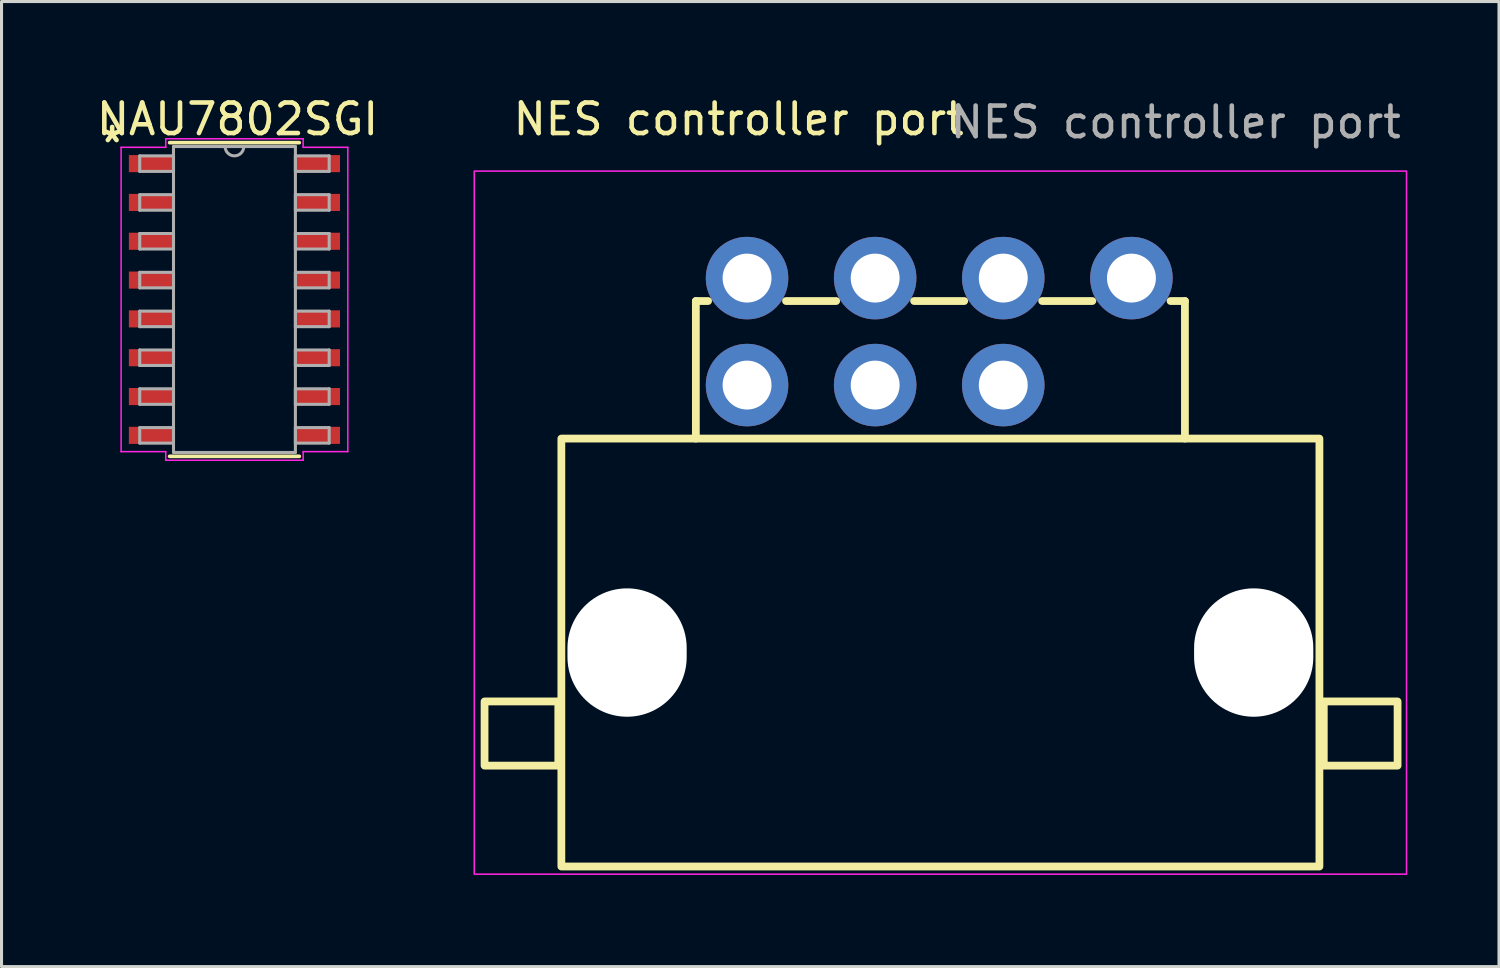
<source format=kicad_pcb>
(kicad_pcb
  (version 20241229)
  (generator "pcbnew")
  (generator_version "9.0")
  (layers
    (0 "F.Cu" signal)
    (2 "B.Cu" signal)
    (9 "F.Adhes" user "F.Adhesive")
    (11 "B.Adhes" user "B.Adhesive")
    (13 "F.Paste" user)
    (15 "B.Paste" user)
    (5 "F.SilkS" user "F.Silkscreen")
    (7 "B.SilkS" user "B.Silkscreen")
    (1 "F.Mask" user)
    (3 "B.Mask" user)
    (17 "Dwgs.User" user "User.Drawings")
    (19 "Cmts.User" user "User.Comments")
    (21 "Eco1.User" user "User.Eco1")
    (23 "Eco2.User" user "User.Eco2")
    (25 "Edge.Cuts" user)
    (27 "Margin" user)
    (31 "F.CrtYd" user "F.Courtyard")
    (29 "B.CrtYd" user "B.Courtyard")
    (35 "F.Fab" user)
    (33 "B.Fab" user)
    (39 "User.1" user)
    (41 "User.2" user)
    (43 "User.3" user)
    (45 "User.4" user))
  (footprint "NAU7802SGI"
    (layer "F.Cu")
    (at 4.62 6.748)
    (property "Reference" "NAU7802SGI" (at 0.1 -5.9 0) (layer "F.SilkS") (effects (font (size 1 1) (thickness 0.15))))
    (attr smd)
    (fp_line (start -2.121 5.131) (end 2.121 5.131) (stroke (width 0.12) (type solid)) (layer "F.SilkS"))
    (fp_line (start 2.121 -5.131) (end -2.121 -5.131) (stroke (width 0.12) (type solid)) (layer "F.SilkS"))
    (fp_line (start -3.708 -4.978) (end -2.248 -4.978) (stroke (width 0.05) (type solid)) (layer "F.CrtYd"))
    (fp_line (start -3.708 4.978) (end -3.708 -4.978) (stroke (width 0.05) (type solid)) (layer "F.CrtYd"))
    (fp_line (start -3.708 4.978) (end -2.248 4.978) (stroke (width 0.05) (type solid)) (layer "F.CrtYd"))
    (fp_line (start -2.248 -5.258) (end 2.248 -5.258) (stroke (width 0.05) (type solid)) (layer "F.CrtYd"))
    (fp_line (start -2.248 -4.978) (end -2.248 -5.258) (stroke (width 0.05) (type solid)) (layer "F.CrtYd"))
    (fp_line (start -2.248 5.258) (end -2.248 4.978) (stroke (width 0.05) (type solid)) (layer "F.CrtYd"))
    (fp_line (start 2.248 -5.258) (end 2.248 -4.978) (stroke (width 0.05) (type solid)) (layer "F.CrtYd"))
    (fp_line (start 2.248 4.978) (end 2.248 5.258) (stroke (width 0.05) (type solid)) (layer "F.CrtYd"))
    (fp_line (start 2.248 5.258) (end -2.248 5.258) (stroke (width 0.05) (type solid)) (layer "F.CrtYd"))
    (fp_line (start 3.708 -4.978) (end 2.248 -4.978) (stroke (width 0.05) (type solid)) (layer "F.CrtYd"))
    (fp_line (start 3.708 -4.978) (end 3.708 4.978) (stroke (width 0.05) (type solid)) (layer "F.CrtYd"))
    (fp_line (start 3.708 4.978) (end 2.248 4.978) (stroke (width 0.05) (type solid)) (layer "F.CrtYd"))
    (fp_line (start -3.099 -4.699) (end -3.099 -4.191) (stroke (width 0.1) (type solid)) (layer "F.Fab"))
    (fp_line (start -3.099 -4.191) (end -1.994 -4.191) (stroke (width 0.1) (type solid)) (layer "F.Fab"))
    (fp_line (start -3.099 -3.429) (end -3.099 -2.921) (stroke (width 0.1) (type solid)) (layer "F.Fab"))
    (fp_line (start -3.099 -2.921) (end -1.994 -2.921) (stroke (width 0.1) (type solid)) (layer "F.Fab"))
    (fp_line (start -3.099 -2.159) (end -3.099 -1.651) (stroke (width 0.1) (type solid)) (layer "F.Fab"))
    (fp_line (start -3.099 -1.651) (end -1.994 -1.651) (stroke (width 0.1) (type solid)) (layer "F.Fab"))
    (fp_line (start -3.099 -0.889) (end -3.099 -0.381) (stroke (width 0.1) (type solid)) (layer "F.Fab"))
    (fp_line (start -3.099 -0.381) (end -1.994 -0.381) (stroke (width 0.1) (type solid)) (layer "F.Fab"))
    (fp_line (start -3.099 0.381) (end -3.099 0.889) (stroke (width 0.1) (type solid)) (layer "F.Fab"))
    (fp_line (start -3.099 0.889) (end -1.994 0.889) (stroke (width 0.1) (type solid)) (layer "F.Fab"))
    (fp_line (start -3.099 1.651) (end -3.099 2.159) (stroke (width 0.1) (type solid)) (layer "F.Fab"))
    (fp_line (start -3.099 2.159) (end -1.994 2.159) (stroke (width 0.1) (type solid)) (layer "F.Fab"))
    (fp_line (start -3.099 2.921) (end -3.099 3.429) (stroke (width 0.1) (type solid)) (layer "F.Fab"))
    (fp_line (start -3.099 3.429) (end -1.994 3.429) (stroke (width 0.1) (type solid)) (layer "F.Fab"))
    (fp_line (start -3.099 4.191) (end -3.099 4.699) (stroke (width 0.1) (type solid)) (layer "F.Fab"))
    (fp_line (start -3.099 4.699) (end -1.994 4.699) (stroke (width 0.1) (type solid)) (layer "F.Fab"))
    (fp_line (start -1.994 -5.004) (end -1.994 5.004) (stroke (width 0.1) (type solid)) (layer "F.Fab"))
    (fp_line (start -1.994 -4.699) (end -3.099 -4.699) (stroke (width 0.1) (type solid)) (layer "F.Fab"))
    (fp_line (start -1.994 -4.191) (end -1.994 -4.699) (stroke (width 0.1) (type solid)) (layer "F.Fab"))
    (fp_line (start -1.994 -3.429) (end -3.099 -3.429) (stroke (width 0.1) (type solid)) (layer "F.Fab"))
    (fp_line (start -1.994 -2.921) (end -1.994 -3.429) (stroke (width 0.1) (type solid)) (layer "F.Fab"))
    (fp_line (start -1.994 -2.159) (end -3.099 -2.159) (stroke (width 0.1) (type solid)) (layer "F.Fab"))
    (fp_line (start -1.994 -1.651) (end -1.994 -2.159) (stroke (width 0.1) (type solid)) (layer "F.Fab"))
    (fp_line (start -1.994 -0.889) (end -3.099 -0.889) (stroke (width 0.1) (type solid)) (layer "F.Fab"))
    (fp_line (start -1.994 -0.381) (end -1.994 -0.889) (stroke (width 0.1) (type solid)) (layer "F.Fab"))
    (fp_line (start -1.994 0.381) (end -3.099 0.381) (stroke (width 0.1) (type solid)) (layer "F.Fab"))
    (fp_line (start -1.994 0.889) (end -1.994 0.381) (stroke (width 0.1) (type solid)) (layer "F.Fab"))
    (fp_line (start -1.994 1.651) (end -3.099 1.651) (stroke (width 0.1) (type solid)) (layer "F.Fab"))
    (fp_line (start -1.994 2.159) (end -1.994 1.651) (stroke (width 0.1) (type solid)) (layer "F.Fab"))
    (fp_line (start -1.994 2.921) (end -3.099 2.921) (stroke (width 0.1) (type solid)) (layer "F.Fab"))
    (fp_line (start -1.994 3.429) (end -1.994 2.921) (stroke (width 0.1) (type solid)) (layer "F.Fab"))
    (fp_line (start -1.994 4.191) (end -3.099 4.191) (stroke (width 0.1) (type solid)) (layer "F.Fab"))
    (fp_line (start -1.994 4.699) (end -1.994 4.191) (stroke (width 0.1) (type solid)) (layer "F.Fab"))
    (fp_line (start -1.994 5.004) (end 1.994 5.004) (stroke (width 0.1) (type solid)) (layer "F.Fab"))
    (fp_line (start 1.994 -5.004) (end -1.994 -5.004) (stroke (width 0.1) (type solid)) (layer "F.Fab"))
    (fp_line (start 1.994 -4.699) (end 1.994 -4.191) (stroke (width 0.1) (type solid)) (layer "F.Fab"))
    (fp_line (start 1.994 -4.191) (end 3.099 -4.191) (stroke (width 0.1) (type solid)) (layer "F.Fab"))
    (fp_line (start 1.994 -3.429) (end 1.994 -2.921) (stroke (width 0.1) (type solid)) (layer "F.Fab"))
    (fp_line (start 1.994 -2.921) (end 3.099 -2.921) (stroke (width 0.1) (type solid)) (layer "F.Fab"))
    (fp_line (start 1.994 -2.159) (end 1.994 -1.651) (stroke (width 0.1) (type solid)) (layer "F.Fab"))
    (fp_line (start 1.994 -1.651) (end 3.099 -1.651) (stroke (width 0.1) (type solid)) (layer "F.Fab"))
    (fp_line (start 1.994 -0.889) (end 1.994 -0.381) (stroke (width 0.1) (type solid)) (layer "F.Fab"))
    (fp_line (start 1.994 -0.381) (end 3.099 -0.381) (stroke (width 0.1) (type solid)) (layer "F.Fab"))
    (fp_line (start 1.994 0.381) (end 1.994 0.889) (stroke (width 0.1) (type solid)) (layer "F.Fab"))
    (fp_line (start 1.994 0.889) (end 3.099 0.889) (stroke (width 0.1) (type solid)) (layer "F.Fab"))
    (fp_line (start 1.994 1.651) (end 1.994 2.159) (stroke (width 0.1) (type solid)) (layer "F.Fab"))
    (fp_line (start 1.994 2.159) (end 3.099 2.159) (stroke (width 0.1) (type solid)) (layer "F.Fab"))
    (fp_line (start 1.994 2.921) (end 1.994 3.429) (stroke (width 0.1) (type solid)) (layer "F.Fab"))
    (fp_line (start 1.994 3.429) (end 3.099 3.429) (stroke (width 0.1) (type solid)) (layer "F.Fab"))
    (fp_line (start 1.994 4.191) (end 1.994 4.699) (stroke (width 0.1) (type solid)) (layer "F.Fab"))
    (fp_line (start 1.994 4.699) (end 3.099 4.699) (stroke (width 0.1) (type solid)) (layer "F.Fab"))
    (fp_line (start 1.994 5.004) (end 1.994 -5.004) (stroke (width 0.1) (type solid)) (layer "F.Fab"))
    (fp_line (start 3.099 -4.699) (end 1.994 -4.699) (stroke (width 0.1) (type solid)) (layer "F.Fab"))
    (fp_line (start 3.099 -4.191) (end 3.099 -4.699) (stroke (width 0.1) (type solid)) (layer "F.Fab"))
    (fp_line (start 3.099 -3.429) (end 1.994 -3.429) (stroke (width 0.1) (type solid)) (layer "F.Fab"))
    (fp_line (start 3.099 -2.921) (end 3.099 -3.429) (stroke (width 0.1) (type solid)) (layer "F.Fab"))
    (fp_line (start 3.099 -2.159) (end 1.994 -2.159) (stroke (width 0.1) (type solid)) (layer "F.Fab"))
    (fp_line (start 3.099 -1.651) (end 3.099 -2.159) (stroke (width 0.1) (type solid)) (layer "F.Fab"))
    (fp_line (start 3.099 -0.889) (end 1.994 -0.889) (stroke (width 0.1) (type solid)) (layer "F.Fab"))
    (fp_line (start 3.099 -0.381) (end 3.099 -0.889) (stroke (width 0.1) (type solid)) (layer "F.Fab"))
    (fp_line (start 3.099 0.381) (end 1.994 0.381) (stroke (width 0.1) (type solid)) (layer "F.Fab"))
    (fp_line (start 3.099 0.889) (end 3.099 0.381) (stroke (width 0.1) (type solid)) (layer "F.Fab"))
    (fp_line (start 3.099 1.651) (end 1.994 1.651) (stroke (width 0.1) (type solid)) (layer "F.Fab"))
    (fp_line (start 3.099 2.159) (end 3.099 1.651) (stroke (width 0.1) (type solid)) (layer "F.Fab"))
    (fp_line (start 3.099 2.921) (end 1.994 2.921) (stroke (width 0.1) (type solid)) (layer "F.Fab"))
    (fp_line (start 3.099 3.429) (end 3.099 2.921) (stroke (width 0.1) (type solid)) (layer "F.Fab"))
    (fp_line (start 3.099 4.191) (end 1.994 4.191) (stroke (width 0.1) (type solid)) (layer "F.Fab"))
    (fp_line (start 3.099 4.699) (end 3.099 4.191) (stroke (width 0.1) (type solid)) (layer "F.Fab"))
    (fp_arc (start 0.3048 -5.0038) (mid 0 -4.699) (end -0.3048 -5.0038) (stroke (width 0.1) (type solid)) (layer "F.Fab"))
    (fp_text user "*" (at -4 -5.1 0) (layer "F.SilkS") (effects (font (size 1 1) (thickness 0.15))))
    (pad "1" smd rect (at -2.724 -4.445) (size 1.46 0.559) (layers "F.Cu" "F.Mask" "F.Paste"))
    (pad "2" smd rect (at -2.724 -3.175) (size 1.46 0.559) (layers "F.Cu" "F.Mask" "F.Paste"))
    (pad "3" smd rect (at -2.724 -1.905) (size 1.46 0.559) (layers "F.Cu" "F.Mask" "F.Paste"))
    (pad "4" smd rect (at -2.724 -0.635) (size 1.46 0.559) (layers "F.Cu" "F.Mask" "F.Paste"))
    (pad "5" smd rect (at -2.724 0.635) (size 1.46 0.559) (layers "F.Cu" "F.Mask" "F.Paste"))
    (pad "6" smd rect (at -2.724 1.905) (size 1.46 0.559) (layers "F.Cu" "F.Mask" "F.Paste"))
    (pad "7" smd rect (at -2.724 3.175) (size 1.46 0.559) (layers "F.Cu" "F.Mask" "F.Paste"))
    (pad "8" smd rect (at -2.724 4.445) (size 1.46 0.559) (layers "F.Cu" "F.Mask" "F.Paste"))
    (pad "9" smd rect (at 2.724 4.445) (size 1.46 0.559) (layers "F.Cu" "F.Mask" "F.Paste"))
    (pad "10" smd rect (at 2.724 3.175) (size 1.46 0.559) (layers "F.Cu" "F.Mask" "F.Paste"))
    (pad "11" smd rect (at 2.724 1.905) (size 1.46 0.559) (layers "F.Cu" "F.Mask" "F.Paste"))
    (pad "12" smd rect (at 2.724 0.635) (size 1.46 0.559) (layers "F.Cu" "F.Mask" "F.Paste"))
    (pad "13" smd rect (at 2.724 -0.635) (size 1.46 0.559) (layers "F.Cu" "F.Mask" "F.Paste"))
    (pad "14" smd rect (at 2.724 -1.905) (size 1.46 0.559) (layers "F.Cu" "F.Mask" "F.Paste"))
    (pad "15" smd rect (at 2.724 -3.175) (size 1.46 0.559) (layers "F.Cu" "F.Mask" "F.Paste"))
    (pad "16" smd rect (at 2.724 -4.445) (size 1.46 0.559) (layers "F.Cu" "F.Mask" "F.Paste")))
  (footprint "NES controller port"
    (layer "F.Cu")
    (at 27.715 11.048)
    (property "Reference" "NES controller port" (at -6.6 -10.2 0) (unlocked yes) (layer "F.SilkS") (effects (font (size 1 1) (thickness 0.15))))
    (attr through_hole)
    (fp_line (start -8 -4.25) (end -8 0.25) (stroke (width 0.254) (type solid)) (layer "F.SilkS"))
    (fp_line (start -8 -4.25) (end -7.6 -4.25) (stroke (width 0.254) (type solid)) (layer "F.SilkS"))
    (fp_line (start -3.41 -4.25) (end -5.05 -4.25) (stroke (width 0.254) (type solid)) (layer "F.SilkS"))
    (fp_line (start 0.78 -4.25) (end -0.86 -4.25) (stroke (width 0.254) (type solid)) (layer "F.SilkS"))
    (fp_line (start 4.97 -4.25) (end 3.33 -4.25) (stroke (width 0.254) (type solid)) (layer "F.SilkS"))
    (fp_line (start 8 -4.25) (end 7.53 -4.25) (stroke (width 0.254) (type solid)) (layer "F.SilkS"))
    (fp_line (start 8 0.25) (end 8 -4.25) (stroke (width 0.254) (type solid)) (layer "F.SilkS"))
    (fp_rect (start -12.5 10.95) (end -14.913 8.85) (stroke (width 0.254) (type solid)) (fill no) (layer "F.SilkS"))
    (fp_rect (start 12.4 14.25) (end -12.4 0.25) (stroke (width 0.254) (type solid)) (fill no) (layer "F.SilkS"))
    (fp_rect (start 14.957 10.95) (end 12.543 8.85) (stroke (width 0.254) (type solid)) (fill no) (layer "F.SilkS"))
    (fp_rect (start -15.25 14.5) (end 15.25 -8.5) (stroke (width 0.05) (type solid)) (fill no) (layer "F.CrtYd"))
    (fp_text user "${REFERENCE}" (at 7.7 -10.1 0) (unlocked yes) (layer "F.Fab") (effects (font (size 1 1) (thickness 0.15))))
    (pad "" np_thru_hole oval (at -10.25 7.25) (size 3.9 4.2) (drill oval 3.9 4.2) (layers "*.Cu" "*.Mask"))
    (pad "" thru_hole circle (at -6.325 -1.5) (size 2.7 2.7) (drill 1.6) (layers "*.Cu" "*.Mask"))
    (pad "" thru_hole circle (at -2.134 -1.5) (size 2.7 2.7) (drill 1.6) (layers "*.Cu" "*.Mask"))
    (pad "" np_thru_hole oval (at 10.25 7.25) (size 3.9 4.2) (drill oval 3.9 4.2) (layers "*.Cu" "*.Mask"))
    (pad "5V" thru_hole circle (at 2.057 -1.5) (size 2.7 2.7) (drill 1.6) (layers "*.Cu" "*.Mask"))
    (pad "C" thru_hole circle (at 2.057 -5) (size 2.7 2.7) (drill 1.6) (layers "*.Cu" "*.Mask"))
    (pad "D" thru_hole circle (at -6.325 -5) (size 2.7 2.7) (drill 1.6) (layers "*.Cu" "*.Mask"))
    (pad "G" thru_hole circle (at 6.25 -5) (size 2.7 2.7) (drill 1.6) (layers "*.Cu" "*.Mask"))
    (pad "L" thru_hole circle (at -2.134 -5) (size 2.7 2.7) (drill 1.6) (layers "*.Cu" "*.Mask")))
  (gr_rect
    (start -3 -3)
    (end 45.99 28.573)
    (stroke (width 0.1) (type default))
    (fill no)
    (layer "Edge.Cuts")))
</source>
